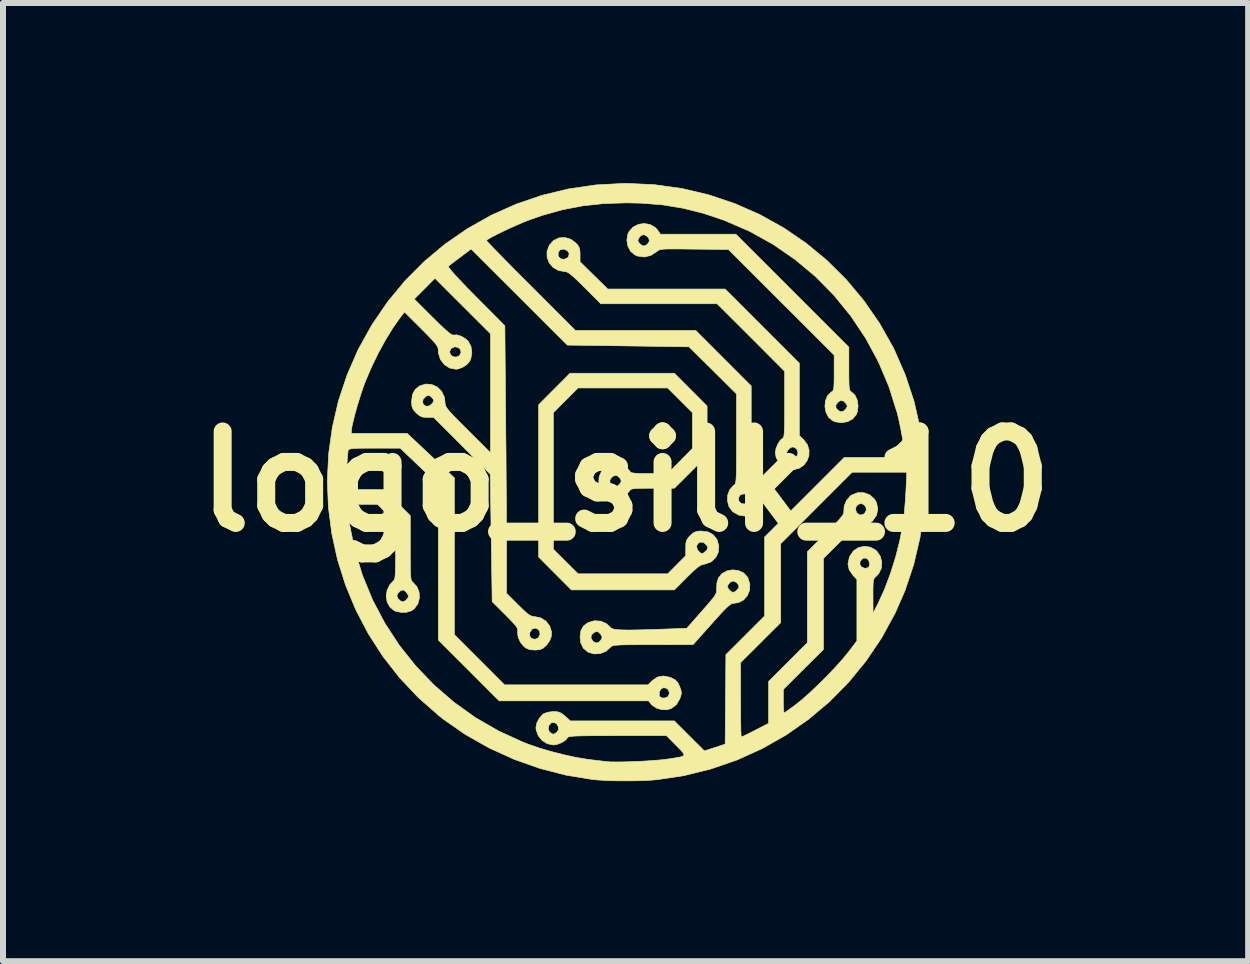
<source format=kicad_pcb>
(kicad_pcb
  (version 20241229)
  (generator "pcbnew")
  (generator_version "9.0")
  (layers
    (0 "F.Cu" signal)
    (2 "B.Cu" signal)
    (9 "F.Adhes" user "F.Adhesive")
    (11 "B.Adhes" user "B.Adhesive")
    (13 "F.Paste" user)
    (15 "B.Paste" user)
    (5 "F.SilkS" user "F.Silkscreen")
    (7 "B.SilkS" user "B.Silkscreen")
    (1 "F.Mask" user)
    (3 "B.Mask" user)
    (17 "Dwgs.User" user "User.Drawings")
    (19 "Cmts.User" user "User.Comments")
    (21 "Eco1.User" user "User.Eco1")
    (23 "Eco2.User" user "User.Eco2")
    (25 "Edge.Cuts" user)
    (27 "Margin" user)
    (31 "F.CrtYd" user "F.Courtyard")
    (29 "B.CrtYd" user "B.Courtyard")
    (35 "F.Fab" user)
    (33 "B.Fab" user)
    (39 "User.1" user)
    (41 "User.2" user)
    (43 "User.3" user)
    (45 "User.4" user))
  (footprint "logo_silk_10"
    (layer "F.Cu")
    (at 7.373 4.974)
    (property "Reference" "logo_silk_10" (at 0 0 0) (layer "F.SilkS") (effects (font (size 1.524 1.524) (thickness 0.3))))
    (attr through_hole)
    (fp_poly (pts (xy 0.412 -4.281) (xy 0.498 -4.231) (xy 0.543 -4.179) (xy 0.58 -4.122) (xy 1.838 -4.122) (xy 2.78 -3.18) (xy 3.721 -2.239) (xy 3.721 -1.878) (xy 3.721 -1.743) (xy 3.723 -1.646) (xy 3.726 -1.579) (xy 3.733 -1.537) (xy 3.742 -1.512) (xy 3.756 -1.498) (xy 3.765 -1.493) (xy 3.823 -1.439) (xy 3.861 -1.357) (xy 3.875 -1.261) (xy 3.863 -1.164) (xy 3.843 -1.113) (xy 3.784 -1.043) (xy 3.698 -0.998) (xy 3.598 -0.981) (xy 3.497 -0.995) (xy 3.448 -1.015) (xy 3.382 -1.073) (xy 3.34 -1.155) (xy 3.322 -1.249) (xy 3.325 -1.276) (xy 3.504 -1.276) (xy 3.507 -1.228) (xy 3.533 -1.194) (xy 3.582 -1.162) (xy 3.63 -1.172) (xy 3.666 -1.204) (xy 3.694 -1.248) (xy 3.685 -1.287) (xy 3.636 -1.341) (xy 3.585 -1.351) (xy 3.544 -1.327) (xy 3.504 -1.276) (xy 3.325 -1.276) (xy 3.33 -1.343) (xy 3.363 -1.427) (xy 3.421 -1.487) (xy 3.431 -1.493) (xy 3.45 -1.506) (xy 3.462 -1.527) (xy 3.47 -1.564) (xy 3.474 -1.625) (xy 3.476 -1.717) (xy 3.476 -1.811) (xy 3.476 -2.106) (xy 1.715 -3.866) (xy 1.145 -3.873) (xy 0.971 -3.875) (xy 0.835 -3.876) (xy 0.733 -3.876) (xy 0.659 -3.874) (xy 0.607 -3.87) (xy 0.573 -3.863) (xy 0.549 -3.854) (xy 0.532 -3.841) (xy 0.527 -3.837) (xy 0.424 -3.769) (xy 0.314 -3.742) (xy 0.202 -3.757) (xy 0.155 -3.777) (xy 0.084 -3.837) (xy 0.039 -3.922) (xy 0.024 -4.011) (xy 0.205 -4.011) (xy 0.233 -3.967) (xy 0.284 -3.927) (xy 0.332 -3.93) (xy 0.366 -3.956) (xy 0.398 -4.006) (xy 0.387 -4.054) (xy 0.355 -4.09) (xy 0.303 -4.115) (xy 0.253 -4.096) (xy 0.214 -4.049) (xy 0.205 -4.011) (xy 0.024 -4.011) (xy 0.022 -4.021) (xy 0.037 -4.119) (xy 0.059 -4.166) (xy 0.127 -4.241) (xy 0.216 -4.286) (xy 0.314 -4.3) (xy 0.412 -4.281)) (stroke (width 0.01) (type solid)) (fill yes) (layer "F.SilkS"))
    (fp_poly (pts (xy -0.912 -4.037) (xy -0.832 -3.978) (xy -0.787 -3.928) (xy -0.765 -3.88) (xy -0.758 -3.816) (xy -0.758 -3.783) (xy -0.758 -3.662) (xy -0.527 -3.435) (xy -0.296 -3.208) (xy 1.66 -3.208) (xy 2.278 -2.59) (xy 2.896 -1.972) (xy 2.896 -0.766) (xy 2.964 -0.702) (xy 3.03 -0.614) (xy 3.058 -0.522) (xy 3.055 -0.43) (xy 3.024 -0.345) (xy 2.971 -0.275) (xy 2.898 -0.224) (xy 2.812 -0.2) (xy 2.717 -0.208) (xy 2.636 -0.244) (xy 2.56 -0.312) (xy 2.51 -0.4) (xy 2.495 -0.48) (xy 2.496 -0.481) (xy 2.683 -0.481) (xy 2.694 -0.45) (xy 2.717 -0.425) (xy 2.756 -0.389) (xy 2.785 -0.382) (xy 2.825 -0.398) (xy 2.831 -0.402) (xy 2.867 -0.441) (xy 2.872 -0.492) (xy 2.853 -0.54) (xy 2.814 -0.572) (xy 2.772 -0.576) (xy 2.732 -0.552) (xy 2.703 -0.52) (xy 2.683 -0.481) (xy 2.496 -0.481) (xy 2.508 -0.552) (xy 2.539 -0.628) (xy 2.58 -0.69) (xy 2.61 -0.715) (xy 2.623 -0.724) (xy 2.633 -0.74) (xy 2.64 -0.769) (xy 2.645 -0.815) (xy 2.648 -0.884) (xy 2.65 -0.982) (xy 2.651 -1.113) (xy 2.651 -1.283) (xy 2.651 -1.838) (xy 2.089 -2.401) (xy 1.526 -2.963) (xy -0.413 -2.963) (xy -0.68 -3.231) (xy -0.783 -3.333) (xy -0.862 -3.407) (xy -0.92 -3.456) (xy -0.963 -3.485) (xy -0.996 -3.497) (xy -1.009 -3.498) (xy -1.118 -3.517) (xy -1.207 -3.568) (xy -1.272 -3.644) (xy -1.307 -3.737) (xy -1.308 -3.765) (xy -1.123 -3.765) (xy -1.113 -3.742) (xy -1.074 -3.709) (xy -1.019 -3.704) (xy -0.968 -3.727) (xy -0.949 -3.749) (xy -0.939 -3.8) (xy -0.965 -3.844) (xy -1.02 -3.871) (xy -1.031 -3.873) (xy -1.088 -3.862) (xy -1.121 -3.822) (xy -1.123 -3.765) (xy -1.308 -3.765) (xy -1.308 -3.837) (xy -1.27 -3.938) (xy -1.269 -3.939) (xy -1.199 -4.017) (xy -1.109 -4.06) (xy -1.01 -4.067) (xy -0.912 -4.037)) (stroke (width 0.01) (type solid)) (fill yes) (layer "F.SilkS"))
    (fp_poly (pts (xy 1.882 1.483) (xy 1.968 1.523) (xy 2.032 1.592) (xy 2.038 1.603) (xy 2.071 1.707) (xy 2.067 1.809) (xy 2.031 1.9) (xy 1.968 1.972) (xy 1.881 2.017) (xy 1.807 2.028) (xy 1.781 2.031) (xy 1.752 2.045) (xy 1.715 2.073) (xy 1.665 2.119) (xy 1.599 2.188) (xy 1.512 2.284) (xy 1.433 2.372) (xy 1.125 2.717) (xy 0.452 2.718) (xy 0.261 2.718) (xy 0.109 2.719) (xy -0.008 2.72) (xy -0.096 2.723) (xy -0.158 2.727) (xy -0.199 2.732) (xy -0.226 2.74) (xy -0.242 2.75) (xy -0.249 2.758) (xy -0.326 2.828) (xy -0.423 2.867) (xy -0.529 2.872) (xy -0.626 2.841) (xy -0.704 2.776) (xy -0.747 2.683) (xy -0.756 2.606) (xy -0.576 2.606) (xy -0.543 2.662) (xy -0.492 2.69) (xy -0.442 2.675) (xy -0.409 2.638) (xy -0.39 2.599) (xy -0.4 2.565) (xy -0.42 2.538) (xy -0.456 2.503) (xy -0.491 2.501) (xy -0.521 2.512) (xy -0.568 2.553) (xy -0.576 2.606) (xy -0.756 2.606) (xy -0.758 2.59) (xy -0.744 2.484) (xy -0.699 2.405) (xy -0.624 2.35) (xy -0.519 2.319) (xy -0.413 2.326) (xy -0.317 2.368) (xy -0.249 2.433) (xy -0.23 2.448) (xy -0.194 2.46) (xy -0.137 2.468) (xy -0.056 2.472) (xy 0.054 2.474) (xy 0.195 2.472) (xy 0.373 2.468) (xy 0.591 2.46) (xy 0.639 2.459) (xy 1.021 2.444) (xy 1.273 2.158) (xy 1.364 2.054) (xy 1.43 1.977) (xy 1.475 1.92) (xy 1.502 1.878) (xy 1.515 1.844) (xy 1.519 1.811) (xy 1.518 1.774) (xy 1.518 1.774) (xy 1.519 1.76) (xy 1.698 1.76) (xy 1.726 1.803) (xy 1.771 1.842) (xy 1.812 1.842) (xy 1.853 1.812) (xy 1.889 1.766) (xy 1.883 1.721) (xy 1.848 1.681) (xy 1.796 1.656) (xy 1.746 1.675) (xy 1.707 1.721) (xy 1.698 1.76) (xy 1.519 1.76) (xy 1.523 1.684) (xy 1.547 1.608) (xy 1.547 1.607) (xy 1.608 1.533) (xy 1.691 1.488) (xy 1.786 1.471) (xy 1.882 1.483)) (stroke (width 0.01) (type solid)) (fill yes) (layer "F.SilkS"))
    (fp_poly (pts (xy 1.087 -1.531) (xy 1.359 -1.258) (xy 1.359 -0.434) (xy 1.086 -0.161) (xy 0.813 0.111) (xy 0.452 0.111) (xy 0.317 0.112) (xy 0.22 0.113) (xy 0.153 0.117) (xy 0.111 0.123) (xy 0.086 0.133) (xy 0.072 0.147) (xy 0.067 0.156) (xy 0.01 0.218) (xy -0.07 0.255) (xy -0.164 0.265) (xy -0.258 0.251) (xy -0.342 0.212) (xy -0.404 0.148) (xy -0.412 0.134) (xy -0.446 0.028) (xy -0.443 -0.028) (xy -0.261 -0.028) (xy -0.259 0.02) (xy -0.232 0.054) (xy -0.183 0.086) (xy -0.135 0.075) (xy -0.099 0.043) (xy -0.072 -0.001) (xy -0.08 -0.039) (xy -0.129 -0.093) (xy -0.18 -0.103) (xy -0.222 -0.079) (xy -0.261 -0.028) (xy -0.443 -0.028) (xy -0.441 -0.075) (xy -0.403 -0.166) (xy -0.335 -0.237) (xy -0.242 -0.28) (xy -0.165 -0.29) (xy -0.092 -0.278) (xy -0.016 -0.247) (xy 0.045 -0.205) (xy 0.075 -0.167) (xy 0.088 -0.153) (xy 0.118 -0.144) (xy 0.173 -0.138) (xy 0.259 -0.135) (xy 0.382 -0.134) (xy 0.396 -0.134) (xy 0.705 -0.134) (xy 1.114 -0.551) (xy 1.114 -1.148) (xy 0.701 -1.56) (xy -0.792 -1.56) (xy -0.998 -1.353) (xy -1.203 -1.147) (xy -1.203 1.126) (xy -0.997 1.332) (xy -0.79 1.537) (xy 0.703 1.537) (xy 1.003 1.235) (xy 1.003 1.106) (xy 1.004 1.074) (xy 1.183 1.074) (xy 1.195 1.132) (xy 1.218 1.162) (xy 1.257 1.196) (xy 1.292 1.196) (xy 1.336 1.159) (xy 1.338 1.157) (xy 1.369 1.12) (xy 1.368 1.089) (xy 1.353 1.062) (xy 1.303 1.015) (xy 1.248 1.008) (xy 1.213 1.026) (xy 1.183 1.074) (xy 1.004 1.074) (xy 1.005 1.028) (xy 1.018 0.977) (xy 1.047 0.933) (xy 1.078 0.9) (xy 1.135 0.851) (xy 1.188 0.829) (xy 1.258 0.824) (xy 1.375 0.839) (xy 1.462 0.886) (xy 1.523 0.966) (xy 1.526 0.971) (xy 1.554 1.076) (xy 1.545 1.178) (xy 1.502 1.267) (xy 1.431 1.335) (xy 1.334 1.372) (xy 1.321 1.375) (xy 1.279 1.384) (xy 1.238 1.403) (xy 1.19 1.437) (xy 1.128 1.492) (xy 1.045 1.573) (xy 1.022 1.596) (xy 0.814 1.805) (xy -0.903 1.805) (xy -1.176 1.531) (xy -1.448 1.258) (xy -1.448 -1.28) (xy -0.925 -1.805) (xy 0.814 -1.805) (xy 1.087 -1.531)) (stroke (width 0.01) (type solid)) (fill yes) (layer "F.SilkS"))
    (fp_poly (pts (xy 0.48 -4.947) (xy 0.94 -4.883) (xy 1.386 -4.778) (xy 1.818 -4.633) (xy 2.233 -4.451) (xy 2.629 -4.231) (xy 3.002 -3.977) (xy 3.352 -3.689) (xy 3.675 -3.368) (xy 3.969 -3.017) (xy 4.233 -2.636) (xy 4.463 -2.228) (xy 4.479 -2.195) (xy 4.664 -1.77) (xy 4.808 -1.333) (xy 4.91 -0.886) (xy 4.971 -0.432) (xy 4.991 0.025) (xy 4.969 0.482) (xy 4.906 0.935) (xy 4.802 1.381) (xy 4.656 1.818) (xy 4.491 2.195) (xy 4.266 2.606) (xy 4.007 2.99) (xy 3.716 3.345) (xy 3.395 3.671) (xy 3.046 3.964) (xy 2.672 4.225) (xy 2.275 4.45) (xy 1.858 4.639) (xy 1.421 4.789) (xy 0.969 4.901) (xy 0.53 4.967) (xy 0.393 4.978) (xy 0.226 4.985) (xy 0.041 4.987) (xy -0.147 4.986) (xy -0.325 4.981) (xy -0.48 4.971) (xy -0.546 4.965) (xy -0.988 4.893) (xy -1.427 4.78) (xy -1.857 4.628) (xy -2.272 4.439) (xy -2.666 4.216) (xy -3.034 3.961) (xy -3.108 3.902) (xy -3.455 3.597) (xy -3.768 3.265) (xy -4.046 2.909) (xy -4.288 2.532) (xy -4.495 2.136) (xy -4.665 1.726) (xy -4.799 1.302) (xy -4.894 0.869) (xy -4.951 0.429) (xy -4.963 0.134) (xy -4.664 0.134) (xy -4.022 0.134) (xy -3.805 0.351) (xy -3.587 0.567) (xy -3.587 1.107) (xy -3.587 1.277) (xy -3.586 1.407) (xy -3.584 1.505) (xy -3.58 1.574) (xy -3.575 1.62) (xy -3.567 1.649) (xy -3.557 1.667) (xy -3.547 1.675) (xy -3.477 1.75) (xy -3.44 1.843) (xy -3.435 1.942) (xy -3.461 2.037) (xy -3.519 2.117) (xy -3.569 2.153) (xy -3.65 2.178) (xy -3.746 2.179) (xy -3.837 2.158) (xy -3.855 2.15) (xy -3.928 2.089) (xy -3.973 2.005) (xy -3.987 1.908) (xy -3.987 1.905) (xy -3.81 1.905) (xy -3.793 1.948) (xy -3.753 1.988) (xy -3.712 2.005) (xy -3.676 1.99) (xy -3.643 1.961) (xy -3.618 1.927) (xy -3.62 1.897) (xy -3.64 1.861) (xy -3.676 1.821) (xy -3.709 1.805) (xy -3.753 1.822) (xy -3.793 1.863) (xy -3.81 1.905) (xy -3.987 1.905) (xy -3.972 1.808) (xy -3.926 1.717) (xy -3.879 1.666) (xy -3.863 1.651) (xy -3.852 1.631) (xy -3.843 1.601) (xy -3.838 1.554) (xy -3.835 1.485) (xy -3.833 1.386) (xy -3.832 1.253) (xy -3.832 1.154) (xy -3.832 0.681) (xy -3.982 0.53) (xy -4.132 0.379) (xy -4.383 0.379) (xy -4.487 0.378) (xy -4.56 0.38) (xy -4.605 0.392) (xy -4.628 0.42) (xy -4.633 0.471) (xy -4.624 0.551) (xy -4.606 0.668) (xy -4.601 0.701) (xy -4.513 1.139) (xy -4.383 1.564) (xy -4.215 1.972) (xy -4.01 2.361) (xy -3.77 2.728) (xy -3.496 3.072) (xy -3.192 3.389) (xy -2.859 3.677) (xy -2.5 3.934) (xy -2.115 4.156) (xy -1.707 4.343) (xy -1.615 4.378) (xy -1.436 4.44) (xy -1.235 4.499) (xy -1.027 4.552) (xy -0.826 4.596) (xy -0.648 4.626) (xy -0.602 4.632) (xy -0.501 4.644) (xy -0.41 4.655) (xy -0.342 4.663) (xy -0.323 4.666) (xy -0.255 4.671) (xy -0.152 4.672) (xy -0.024 4.671) (xy 0.12 4.666) (xy 0.269 4.66) (xy 0.415 4.651) (xy 0.547 4.641) (xy 0.656 4.63) (xy 0.702 4.624) (xy 0.828 4.604) (xy 0.913 4.589) (xy 0.961 4.572) (xy 0.974 4.549) (xy 0.956 4.515) (xy 0.91 4.464) (xy 0.844 4.398) (xy 0.681 4.233) (xy -0.136 4.233) (xy -0.352 4.234) (xy -0.527 4.234) (xy -0.666 4.236) (xy -0.772 4.238) (xy -0.851 4.241) (xy -0.905 4.246) (xy -0.94 4.251) (xy -0.959 4.259) (xy -0.966 4.267) (xy -1.001 4.31) (xy -1.065 4.35) (xy -1.14 4.379) (xy -1.203 4.389) (xy -1.303 4.368) (xy -1.391 4.313) (xy -1.456 4.232) (xy -1.49 4.134) (xy -1.491 4.125) (xy -1.288 4.125) (xy -1.266 4.174) (xy -1.257 4.182) (xy -1.219 4.205) (xy -1.203 4.211) (xy -1.176 4.199) (xy -1.15 4.182) (xy -1.119 4.139) (xy -1.119 4.09) (xy -1.142 4.044) (xy -1.181 4.016) (xy -1.229 4.017) (xy -1.242 4.024) (xy -1.279 4.068) (xy -1.288 4.125) (xy -1.491 4.125) (xy -1.493 4.098) (xy -1.477 4.02) (xy -1.435 3.941) (xy -1.38 3.88) (xy -1.357 3.865) (xy -1.295 3.844) (xy -1.216 3.833) (xy -1.193 3.832) (xy -1.123 3.838) (xy -1.067 3.861) (xy -1.006 3.91) (xy -0.919 3.988) (xy 0.813 3.988) (xy 1.063 4.238) (xy 1.314 4.488) (xy 1.66 4.375) (xy 1.666 3.63) (xy 1.671 3.018) (xy 1.916 3.018) (xy 1.916 3.637) (xy 1.917 3.798) (xy 1.918 3.943) (xy 1.92 4.067) (xy 1.922 4.164) (xy 1.925 4.229) (xy 1.929 4.255) (xy 1.929 4.256) (xy 1.953 4.246) (xy 2.008 4.22) (xy 2.085 4.182) (xy 2.163 4.142) (xy 2.384 4.029) (xy 2.384 3.33) (xy 2.707 3.008) (xy 3.03 2.685) (xy 3.03 1.169) (xy 3.338 0.862) (xy 3.445 0.754) (xy 3.525 0.672) (xy 3.579 0.611) (xy 3.614 0.567) (xy 3.632 0.534) (xy 3.638 0.508) (xy 3.637 0.493) (xy 3.639 0.472) (xy 3.834 0.472) (xy 3.854 0.522) (xy 3.896 0.553) (xy 3.921 0.557) (xy 3.968 0.542) (xy 3.984 0.53) (xy 4.011 0.479) (xy 4.005 0.427) (xy 3.974 0.386) (xy 3.926 0.367) (xy 3.877 0.379) (xy 3.84 0.419) (xy 3.834 0.472) (xy 3.639 0.472) (xy 3.644 0.404) (xy 3.682 0.315) (xy 3.744 0.242) (xy 3.77 0.223) (xy 3.87 0.185) (xy 3.973 0.186) (xy 4.068 0.221) (xy 4.144 0.287) (xy 4.181 0.349) (xy 4.204 0.456) (xy 4.183 0.559) (xy 4.119 0.653) (xy 4.111 0.661) (xy 4.054 0.71) (xy 3.998 0.731) (xy 3.941 0.735) (xy 3.904 0.736) (xy 3.873 0.743) (xy 3.839 0.759) (xy 3.798 0.79) (xy 3.743 0.839) (xy 3.668 0.911) (xy 3.571 1.008) (xy 3.298 1.28) (xy 3.298 2.797) (xy 2.963 3.13) (xy 2.629 3.464) (xy 2.629 3.659) (xy 2.63 3.746) (xy 2.634 3.813) (xy 2.639 3.85) (xy 2.642 3.855) (xy 2.663 3.842) (xy 2.713 3.808) (xy 2.781 3.758) (xy 2.837 3.717) (xy 2.948 3.627) (xy 3.079 3.51) (xy 3.219 3.377) (xy 3.362 3.235) (xy 3.496 3.094) (xy 3.615 2.961) (xy 3.709 2.847) (xy 3.717 2.837) (xy 3.855 2.654) (xy 3.855 1.631) (xy 3.788 1.56) (xy 3.726 1.469) (xy 3.708 1.379) (xy 3.904 1.379) (xy 3.93 1.422) (xy 3.981 1.444) (xy 4.009 1.444) (xy 4.051 1.43) (xy 4.065 1.394) (xy 4.066 1.373) (xy 4.052 1.311) (xy 4.015 1.276) (xy 3.966 1.276) (xy 3.949 1.284) (xy 3.909 1.328) (xy 3.904 1.379) (xy 3.708 1.379) (xy 3.706 1.371) (xy 3.729 1.264) (xy 3.738 1.242) (xy 3.798 1.155) (xy 3.881 1.1) (xy 3.977 1.079) (xy 4.076 1.092) (xy 4.168 1.143) (xy 4.189 1.162) (xy 4.246 1.247) (xy 4.27 1.345) (xy 4.261 1.445) (xy 4.22 1.533) (xy 4.176 1.579) (xy 4.154 1.599) (xy 4.139 1.621) (xy 4.129 1.655) (xy 4.125 1.709) (xy 4.123 1.791) (xy 4.123 1.908) (xy 4.124 2.195) (xy 4.209 2.028) (xy 4.316 1.794) (xy 4.415 1.53) (xy 4.503 1.249) (xy 4.574 0.964) (xy 4.623 0.701) (xy 4.638 0.59) (xy 4.651 0.453) (xy 4.663 0.306) (xy 4.671 0.166) (xy 4.672 0.162) (xy 4.686 -0.156) (xy 3.776 -0.156) (xy 3.18 0.44) (xy 2.585 1.036) (xy 2.585 2.351) (xy 2.25 2.685) (xy 1.916 3.018) (xy 1.671 3.018) (xy 1.672 2.884) (xy 2.317 2.24) (xy 2.317 0.924) (xy 2.98 0.262) (xy 3.643 -0.401) (xy 4.137 -0.401) (xy 4.292 -0.402) (xy 4.425 -0.405) (xy 4.532 -0.409) (xy 4.606 -0.414) (xy 4.642 -0.42) (xy 4.645 -0.422) (xy 4.648 -0.456) (xy 4.643 -0.525) (xy 4.631 -0.621) (xy 4.612 -0.736) (xy 4.589 -0.861) (xy 4.563 -0.989) (xy 4.535 -1.11) (xy 4.525 -1.149) (xy 4.388 -1.583) (xy 4.213 -1.997) (xy 4.001 -2.389) (xy 3.754 -2.758) (xy 3.475 -3.101) (xy 3.165 -3.416) (xy 2.825 -3.7) (xy 2.46 -3.952) (xy 2.069 -4.169) (xy 1.656 -4.348) (xy 1.639 -4.355) (xy 1.293 -4.471) (xy 0.956 -4.555) (xy 0.615 -4.611) (xy 0.257 -4.639) (xy 0.011 -4.644) (xy -0.364 -4.632) (xy -0.715 -4.594) (xy -1.053 -4.529) (xy -1.392 -4.434) (xy -1.617 -4.355) (xy -1.713 -4.317) (xy -1.822 -4.27) (xy -1.935 -4.219) (xy -2.046 -4.167) (xy -2.147 -4.117) (xy -2.231 -4.074) (xy -2.29 -4.039) (xy -2.316 -4.018) (xy -2.317 -4.016) (xy -2.302 -3.997) (xy -2.258 -3.951) (xy -2.189 -3.879) (xy -2.097 -3.785) (xy -1.987 -3.672) (xy -1.86 -3.543) (xy -1.72 -3.402) (xy -1.576 -3.259) (xy -0.836 -2.518) (xy 1.17 -2.518) (xy 2.094 -1.593) (xy 2.094 0.006) (xy 2.172 0.092) (xy 2.232 0.184) (xy 2.254 0.278) (xy 2.244 0.368) (xy 2.205 0.448) (xy 2.145 0.513) (xy 2.069 0.557) (xy 1.982 0.574) (xy 1.889 0.56) (xy 1.796 0.508) (xy 1.779 0.494) (xy 1.724 0.418) (xy 1.699 0.325) (xy 1.699 0.312) (xy 1.885 0.312) (xy 1.895 0.336) (xy 1.934 0.369) (xy 1.988 0.373) (xy 2.04 0.35) (xy 2.059 0.329) (xy 2.069 0.278) (xy 2.043 0.233) (xy 1.988 0.207) (xy 1.977 0.205) (xy 1.92 0.216) (xy 1.887 0.256) (xy 1.885 0.312) (xy 1.699 0.312) (xy 1.702 0.227) (xy 1.734 0.138) (xy 1.793 0.07) (xy 1.805 0.061) (xy 1.817 0.052) (xy 1.827 0.038) (xy 1.834 0.015) (xy 1.84 -0.022) (xy 1.844 -0.078) (xy 1.847 -0.157) (xy 1.848 -0.264) (xy 1.849 -0.403) (xy 1.849 -0.58) (xy 1.849 -0.713) (xy 1.849 -1.46) (xy 1.454 -1.853) (xy 1.058 -2.245) (xy 0.045 -2.26) (xy -0.969 -2.274) (xy -1.771 -3.075) (xy -2.573 -3.875) (xy -2.752 -3.741) (xy -2.83 -3.682) (xy -2.895 -3.632) (xy -2.939 -3.597) (xy -2.951 -3.586) (xy -2.942 -3.564) (xy -2.902 -3.512) (xy -2.832 -3.433) (xy -2.734 -3.328) (xy -2.608 -3.197) (xy -2.492 -3.08) (xy -2.011 -2.596) (xy -1.997 -1.069) (xy -1.995 -0.788) (xy -1.992 -0.501) (xy -1.99 -0.215) (xy -1.988 0.065) (xy -1.986 0.331) (xy -1.985 0.579) (xy -1.984 0.801) (xy -1.983 0.992) (xy -1.983 1.145) (xy -1.983 1.159) (xy -1.983 1.861) (xy -1.788 2.056) (xy -1.703 2.139) (xy -1.641 2.195) (xy -1.595 2.228) (xy -1.557 2.245) (xy -1.521 2.25) (xy -1.515 2.25) (xy -1.413 2.271) (xy -1.327 2.325) (xy -1.265 2.405) (xy -1.234 2.501) (xy -1.237 2.581) (xy -1.264 2.651) (xy -1.314 2.722) (xy -1.325 2.733) (xy -1.378 2.78) (xy -1.429 2.801) (xy -1.499 2.807) (xy -1.511 2.807) (xy -1.595 2.801) (xy -1.656 2.776) (xy -1.69 2.751) (xy -1.749 2.681) (xy -1.788 2.597) (xy -1.792 2.571) (xy -1.598 2.571) (xy -1.569 2.613) (xy -1.515 2.629) (xy -1.468 2.614) (xy -1.453 2.602) (xy -1.426 2.553) (xy -1.429 2.503) (xy -1.456 2.462) (xy -1.498 2.442) (xy -1.545 2.452) (xy -1.562 2.464) (xy -1.596 2.517) (xy -1.598 2.571) (xy -1.792 2.571) (xy -1.8 2.514) (xy -1.796 2.488) (xy -1.797 2.462) (xy -1.812 2.428) (xy -1.847 2.382) (xy -1.906 2.318) (xy -1.993 2.229) (xy -2.003 2.219) (xy -2.222 2.001) (xy -2.238 0.939) (xy -2.254 -0.123) (xy -2.725 -0.596) (xy -3.197 -1.069) (xy -3.305 -1.069) (xy -3.379 -1.074) (xy -3.432 -1.096) (xy -3.486 -1.142) (xy -3.489 -1.145) (xy -3.536 -1.198) (xy -3.558 -1.247) (xy -3.565 -1.315) (xy -3.381 -1.315) (xy -3.363 -1.279) (xy -3.317 -1.253) (xy -3.263 -1.263) (xy -3.216 -1.306) (xy -3.215 -1.307) (xy -3.196 -1.346) (xy -3.206 -1.376) (xy -3.231 -1.404) (xy -3.268 -1.435) (xy -3.299 -1.435) (xy -3.327 -1.419) (xy -3.374 -1.37) (xy -3.381 -1.315) (xy -3.565 -1.315) (xy -3.565 -1.315) (xy -3.565 -1.335) (xy -3.55 -1.451) (xy -3.504 -1.536) (xy -3.429 -1.594) (xy -3.327 -1.625) (xy -3.227 -1.616) (xy -3.137 -1.575) (xy -3.065 -1.504) (xy -3.02 -1.411) (xy -3.008 -1.325) (xy -3.007 -1.296) (xy -3 -1.268) (xy -2.985 -1.237) (xy -2.958 -1.199) (xy -2.914 -1.148) (xy -2.85 -1.08) (xy -2.762 -0.991) (xy -2.647 -0.876) (xy -2.629 -0.858) (xy -2.25 -0.48) (xy -2.25 -2.462) (xy -3.176 -3.387) (xy -3.348 -3.214) (xy -3.52 -3.041) (xy -3.213 -2.734) (xy -3.096 -2.619) (xy -3.006 -2.534) (xy -2.94 -2.478) (xy -2.896 -2.447) (xy -2.87 -2.44) (xy -2.868 -2.441) (xy -2.809 -2.444) (xy -2.735 -2.42) (xy -2.663 -2.377) (xy -2.619 -2.336) (xy -2.576 -2.254) (xy -2.561 -2.153) (xy -2.577 -2.051) (xy -2.595 -2.007) (xy -2.644 -1.95) (xy -2.719 -1.902) (xy -2.799 -1.874) (xy -2.828 -1.872) (xy -2.931 -1.892) (xy -3.018 -1.948) (xy -3.083 -2.031) (xy -3.116 -2.133) (xy -3.118 -2.16) (xy -2.931 -2.16) (xy -2.918 -2.115) (xy -2.878 -2.081) (xy -2.822 -2.074) (xy -2.77 -2.096) (xy -2.767 -2.099) (xy -2.741 -2.149) (xy -2.75 -2.198) (xy -2.787 -2.234) (xy -2.842 -2.245) (xy -2.86 -2.242) (xy -2.914 -2.211) (xy -2.931 -2.16) (xy -3.118 -2.16) (xy -3.119 -2.172) (xy -3.121 -2.206) (xy -3.129 -2.237) (xy -3.148 -2.271) (xy -3.181 -2.315) (xy -3.234 -2.373) (xy -3.31 -2.452) (xy -3.401 -2.544) (xy -3.684 -2.826) (xy -3.759 -2.727) (xy -3.878 -2.558) (xy -4.001 -2.357) (xy -4.121 -2.137) (xy -4.232 -1.91) (xy -4.327 -1.688) (xy -4.355 -1.617) (xy -4.393 -1.508) (xy -4.433 -1.383) (xy -4.473 -1.253) (xy -4.508 -1.126) (xy -4.537 -1.012) (xy -4.558 -0.92) (xy -4.567 -0.859) (xy -4.567 -0.852) (xy -4.568 -0.802) (xy -3.638 -0.802) (xy -3.245 -0.432) (xy -2.852 -0.062) (xy -2.852 2.551) (xy -2.434 2.969) (xy -2.017 3.387) (xy 0.375 3.387) (xy 0.441 3.321) (xy 0.53 3.258) (xy 0.631 3.239) (xy 0.743 3.262) (xy 0.764 3.271) (xy 0.831 3.307) (xy 0.873 3.353) (xy 0.903 3.418) (xy 0.925 3.483) (xy 0.93 3.53) (xy 0.918 3.581) (xy 0.904 3.619) (xy 0.848 3.716) (xy 0.767 3.778) (xy 0.693 3.802) (xy 0.604 3.801) (xy 0.513 3.773) (xy 0.439 3.723) (xy 0.426 3.708) (xy 0.383 3.654) (xy -2.105 3.654) (xy -2.199 3.561) (xy 0.561 3.561) (xy 0.566 3.577) (xy 0.596 3.603) (xy 0.645 3.608) (xy 0.694 3.592) (xy 0.712 3.577) (xy 0.732 3.524) (xy 0.713 3.47) (xy 0.685 3.445) (xy 0.635 3.434) (xy 0.591 3.456) (xy 0.563 3.502) (xy 0.561 3.561) (xy -2.199 3.561) (xy -2.612 3.147) (xy -3.119 2.641) (xy -3.119 0.049) (xy -3.437 -0.254) (xy -3.754 -0.556) (xy -4.181 -0.557) (xy -4.331 -0.556) (xy -4.443 -0.555) (xy -4.522 -0.552) (xy -4.573 -0.546) (xy -4.604 -0.538) (xy -4.618 -0.527) (xy -4.621 -0.522) (xy -4.626 -0.488) (xy -4.633 -0.419) (xy -4.64 -0.324) (xy -4.647 -0.211) (xy -4.649 -0.177) (xy -4.664 0.134) (xy -4.963 0.134) (xy -4.969 -0.016) (xy -4.947 -0.462) (xy -4.885 -0.906) (xy -4.783 -1.347) (xy -4.638 -1.78) (xy -4.457 -2.195) (xy -4.23 -2.605) (xy -3.969 -2.988) (xy -3.677 -3.342) (xy -3.356 -3.665) (xy -3.008 -3.956) (xy -2.636 -4.213) (xy -2.243 -4.435) (xy -1.829 -4.62) (xy -1.398 -4.768) (xy -0.953 -4.876) (xy -0.494 -4.943) (xy -0.026 -4.968) (xy 0.011 -4.969) (xy 0.48 -4.947)) (stroke (width 0.01) (type solid)) (fill yes) (layer "F.SilkS")))
  (gr_rect
    (start -3 -3)
    (end 17.747 12.966)
    (stroke (width 0.1) (type default))
    (fill no)
    (layer "Edge.Cuts")))
</source>
